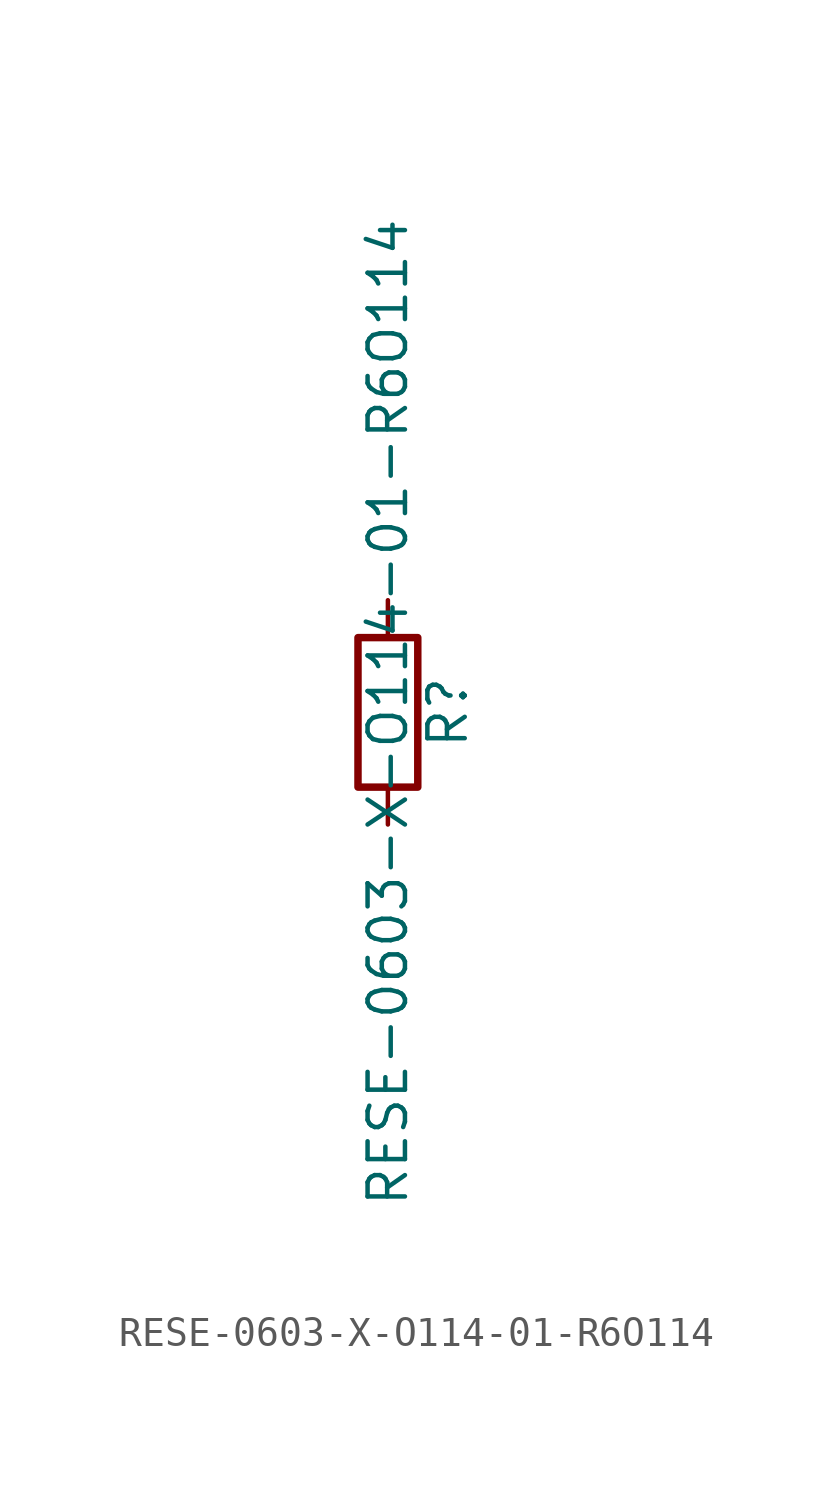
<source format=kicad_sym>
(kicad_symbol_lib
  (version 20211014)
  (generator kicad_symbol_editor)
  (symbol "RESE-0603-X-O114-01-R6O114"
    (pin_numbers hide)
    (pin_names
      (offset 0))
    (property "Reference" "R"
      (at 2.032 0 90)
      (effects (font (size 1.27 1.27))))
    (property "Value" "RESE-0603-X-O114-01-R6O114"
      (at 0 0 90)
      (effects (font (size 1.27 1.27))))
    (symbol "RESE-0603-X-O114-01-R6O114_0_1"
      (rectangle (start -1.016 -2.54) (end 1.016 2.54) (stroke (width 0.254) (type default) (color 0 0 0 0)) (fill (type none))))
    (symbol "RESE-0603-X-O114-01-R6O114_1_1"
      (pin passive line (at 0 3.81 270) (length 1.27) (name "~" (effects (font (size 1.27 1.27)))) (number "1" (effects (font (size 1.27 1.27)))))
      (pin passive line (at 0 -3.81 90) (length 1.27) (name "~" (effects (font (size 1.27 1.27)))) (number "2" (effects (font (size 1.27 1.27))))))))
</source>
